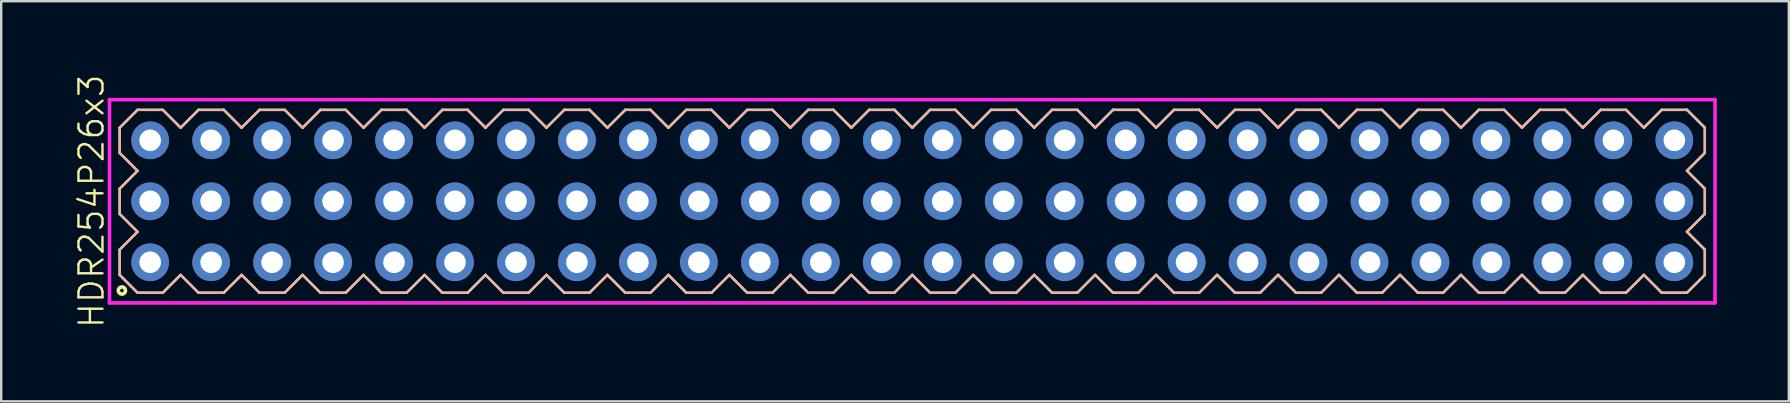
<source format=kicad_pcb>
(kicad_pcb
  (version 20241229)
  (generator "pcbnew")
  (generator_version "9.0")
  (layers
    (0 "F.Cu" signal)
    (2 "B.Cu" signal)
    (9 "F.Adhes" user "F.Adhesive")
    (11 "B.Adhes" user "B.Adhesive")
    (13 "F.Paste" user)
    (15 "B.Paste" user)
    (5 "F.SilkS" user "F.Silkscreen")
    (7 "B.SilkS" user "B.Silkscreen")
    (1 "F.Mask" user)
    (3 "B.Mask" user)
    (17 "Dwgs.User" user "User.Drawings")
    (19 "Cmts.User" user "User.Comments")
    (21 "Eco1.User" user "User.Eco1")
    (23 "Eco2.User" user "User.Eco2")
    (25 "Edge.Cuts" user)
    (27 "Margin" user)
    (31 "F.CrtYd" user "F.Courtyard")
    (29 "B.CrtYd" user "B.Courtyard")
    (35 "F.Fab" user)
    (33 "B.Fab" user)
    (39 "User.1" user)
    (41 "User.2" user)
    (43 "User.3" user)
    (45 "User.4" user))
  (footprint "HDR254P26x3"
    (layer "F.Cu")
    (at 34.956 5.336)
    (property "Reference" "HDR254P26x3" (at -34.195 0 90) (layer "F.SilkS") (effects (font (size 1 1) (thickness 0.1))))
    (attr through_hole)
    (fp_line (start -33.02 -3.066) (end -32.276 -3.81) (stroke (width 0.1) (type solid)) (layer "F.SilkS"))
    (fp_line (start -33.02 -2.014) (end -33.02 -3.066) (stroke (width 0.1) (type solid)) (layer "F.SilkS"))
    (fp_line (start -33.02 -0.526) (end -32.276 -1.27) (stroke (width 0.1) (type solid)) (layer "F.SilkS"))
    (fp_line (start -33.02 0.526) (end -33.02 -0.526) (stroke (width 0.1) (type solid)) (layer "F.SilkS"))
    (fp_line (start -33.02 2.014) (end -32.276 1.27) (stroke (width 0.1) (type solid)) (layer "F.SilkS"))
    (fp_line (start -33.02 3.066) (end -33.02 2.014) (stroke (width 0.1) (type solid)) (layer "F.SilkS"))
    (fp_line (start -32.276 -3.81) (end -31.224 -3.81) (stroke (width 0.1) (type solid)) (layer "F.SilkS"))
    (fp_line (start -32.276 -1.27) (end -33.02 -2.014) (stroke (width 0.1) (type solid)) (layer "F.SilkS"))
    (fp_line (start -32.276 1.27) (end -33.02 0.526) (stroke (width 0.1) (type solid)) (layer "F.SilkS"))
    (fp_line (start -32.276 3.81) (end -33.02 3.066) (stroke (width 0.1) (type solid)) (layer "F.SilkS"))
    (fp_line (start -31.224 -3.81) (end -30.48 -3.066) (stroke (width 0.1) (type solid)) (layer "F.SilkS"))
    (fp_line (start -31.224 3.81) (end -32.276 3.81) (stroke (width 0.1) (type solid)) (layer "F.SilkS"))
    (fp_line (start -30.48 -3.066) (end -29.736 -3.81) (stroke (width 0.1) (type solid)) (layer "F.SilkS"))
    (fp_line (start -30.48 3.066) (end -31.224 3.81) (stroke (width 0.1) (type solid)) (layer "F.SilkS"))
    (fp_line (start -29.736 -3.81) (end -28.684 -3.81) (stroke (width 0.1) (type solid)) (layer "F.SilkS"))
    (fp_line (start -29.736 3.81) (end -30.48 3.066) (stroke (width 0.1) (type solid)) (layer "F.SilkS"))
    (fp_line (start -28.684 -3.81) (end -27.94 -3.066) (stroke (width 0.1) (type solid)) (layer "F.SilkS"))
    (fp_line (start -28.684 3.81) (end -29.736 3.81) (stroke (width 0.1) (type solid)) (layer "F.SilkS"))
    (fp_line (start -27.94 -3.066) (end -27.196 -3.81) (stroke (width 0.1) (type solid)) (layer "F.SilkS"))
    (fp_line (start -27.94 3.066) (end -28.684 3.81) (stroke (width 0.1) (type solid)) (layer "F.SilkS"))
    (fp_line (start -27.196 -3.81) (end -26.144 -3.81) (stroke (width 0.1) (type solid)) (layer "F.SilkS"))
    (fp_line (start -27.196 3.81) (end -27.94 3.066) (stroke (width 0.1) (type solid)) (layer "F.SilkS"))
    (fp_line (start -26.144 -3.81) (end -25.4 -3.066) (stroke (width 0.1) (type solid)) (layer "F.SilkS"))
    (fp_line (start -26.144 3.81) (end -27.196 3.81) (stroke (width 0.1) (type solid)) (layer "F.SilkS"))
    (fp_line (start -25.4 -3.066) (end -24.656 -3.81) (stroke (width 0.1) (type solid)) (layer "F.SilkS"))
    (fp_line (start -25.4 3.066) (end -26.144 3.81) (stroke (width 0.1) (type solid)) (layer "F.SilkS"))
    (fp_line (start -24.656 -3.81) (end -23.604 -3.81) (stroke (width 0.1) (type solid)) (layer "F.SilkS"))
    (fp_line (start -24.656 3.81) (end -25.4 3.066) (stroke (width 0.1) (type solid)) (layer "F.SilkS"))
    (fp_line (start -23.604 -3.81) (end -22.86 -3.066) (stroke (width 0.1) (type solid)) (layer "F.SilkS"))
    (fp_line (start -23.604 3.81) (end -24.656 3.81) (stroke (width 0.1) (type solid)) (layer "F.SilkS"))
    (fp_line (start -22.86 -3.066) (end -22.116 -3.81) (stroke (width 0.1) (type solid)) (layer "F.SilkS"))
    (fp_line (start -22.86 3.066) (end -23.604 3.81) (stroke (width 0.1) (type solid)) (layer "F.SilkS"))
    (fp_line (start -22.116 -3.81) (end -21.064 -3.81) (stroke (width 0.1) (type solid)) (layer "F.SilkS"))
    (fp_line (start -22.116 3.81) (end -22.86 3.066) (stroke (width 0.1) (type solid)) (layer "F.SilkS"))
    (fp_line (start -21.064 -3.81) (end -20.32 -3.066) (stroke (width 0.1) (type solid)) (layer "F.SilkS"))
    (fp_line (start -21.064 3.81) (end -22.116 3.81) (stroke (width 0.1) (type solid)) (layer "F.SilkS"))
    (fp_line (start -20.32 -3.066) (end -19.576 -3.81) (stroke (width 0.1) (type solid)) (layer "F.SilkS"))
    (fp_line (start -20.32 3.066) (end -21.064 3.81) (stroke (width 0.1) (type solid)) (layer "F.SilkS"))
    (fp_line (start -19.576 -3.81) (end -18.524 -3.81) (stroke (width 0.1) (type solid)) (layer "F.SilkS"))
    (fp_line (start -19.576 3.81) (end -20.32 3.066) (stroke (width 0.1) (type solid)) (layer "F.SilkS"))
    (fp_line (start -18.524 -3.81) (end -17.78 -3.066) (stroke (width 0.1) (type solid)) (layer "F.SilkS"))
    (fp_line (start -18.524 3.81) (end -19.576 3.81) (stroke (width 0.1) (type solid)) (layer "F.SilkS"))
    (fp_line (start -17.78 -3.066) (end -17.036 -3.81) (stroke (width 0.1) (type solid)) (layer "F.SilkS"))
    (fp_line (start -17.78 3.066) (end -18.524 3.81) (stroke (width 0.1) (type solid)) (layer "F.SilkS"))
    (fp_line (start -17.036 -3.81) (end -15.984 -3.81) (stroke (width 0.1) (type solid)) (layer "F.SilkS"))
    (fp_line (start -17.036 3.81) (end -17.78 3.066) (stroke (width 0.1) (type solid)) (layer "F.SilkS"))
    (fp_line (start -15.984 -3.81) (end -15.24 -3.066) (stroke (width 0.1) (type solid)) (layer "F.SilkS"))
    (fp_line (start -15.984 3.81) (end -17.036 3.81) (stroke (width 0.1) (type solid)) (layer "F.SilkS"))
    (fp_line (start -15.24 -3.066) (end -14.496 -3.81) (stroke (width 0.1) (type solid)) (layer "F.SilkS"))
    (fp_line (start -15.24 3.066) (end -15.984 3.81) (stroke (width 0.1) (type solid)) (layer "F.SilkS"))
    (fp_line (start -14.496 -3.81) (end -13.444 -3.81) (stroke (width 0.1) (type solid)) (layer "F.SilkS"))
    (fp_line (start -14.496 3.81) (end -15.24 3.066) (stroke (width 0.1) (type solid)) (layer "F.SilkS"))
    (fp_line (start -13.444 -3.81) (end -12.7 -3.066) (stroke (width 0.1) (type solid)) (layer "F.SilkS"))
    (fp_line (start -13.444 3.81) (end -14.496 3.81) (stroke (width 0.1) (type solid)) (layer "F.SilkS"))
    (fp_line (start -12.7 -3.066) (end -11.956 -3.81) (stroke (width 0.1) (type solid)) (layer "F.SilkS"))
    (fp_line (start -12.7 3.066) (end -13.444 3.81) (stroke (width 0.1) (type solid)) (layer "F.SilkS"))
    (fp_line (start -11.956 -3.81) (end -10.904 -3.81) (stroke (width 0.1) (type solid)) (layer "F.SilkS"))
    (fp_line (start -11.956 3.81) (end -12.7 3.066) (stroke (width 0.1) (type solid)) (layer "F.SilkS"))
    (fp_line (start -10.904 -3.81) (end -10.16 -3.066) (stroke (width 0.1) (type solid)) (layer "F.SilkS"))
    (fp_line (start -10.904 3.81) (end -11.956 3.81) (stroke (width 0.1) (type solid)) (layer "F.SilkS"))
    (fp_line (start -10.16 -3.066) (end -9.416 -3.81) (stroke (width 0.1) (type solid)) (layer "F.SilkS"))
    (fp_line (start -10.16 3.066) (end -10.904 3.81) (stroke (width 0.1) (type solid)) (layer "F.SilkS"))
    (fp_line (start -9.416 -3.81) (end -8.364 -3.81) (stroke (width 0.1) (type solid)) (layer "F.SilkS"))
    (fp_line (start -9.416 3.81) (end -10.16 3.066) (stroke (width 0.1) (type solid)) (layer "F.SilkS"))
    (fp_line (start -8.364 -3.81) (end -7.62 -3.066) (stroke (width 0.1) (type solid)) (layer "F.SilkS"))
    (fp_line (start -8.364 3.81) (end -9.416 3.81) (stroke (width 0.1) (type solid)) (layer "F.SilkS"))
    (fp_line (start -7.62 -3.066) (end -6.876 -3.81) (stroke (width 0.1) (type solid)) (layer "F.SilkS"))
    (fp_line (start -7.62 3.066) (end -8.364 3.81) (stroke (width 0.1) (type solid)) (layer "F.SilkS"))
    (fp_line (start -6.876 -3.81) (end -5.824 -3.81) (stroke (width 0.1) (type solid)) (layer "F.SilkS"))
    (fp_line (start -6.876 3.81) (end -7.62 3.066) (stroke (width 0.1) (type solid)) (layer "F.SilkS"))
    (fp_line (start -5.824 -3.81) (end -5.08 -3.066) (stroke (width 0.1) (type solid)) (layer "F.SilkS"))
    (fp_line (start -5.824 3.81) (end -6.876 3.81) (stroke (width 0.1) (type solid)) (layer "F.SilkS"))
    (fp_line (start -5.08 -3.066) (end -4.336 -3.81) (stroke (width 0.1) (type solid)) (layer "F.SilkS"))
    (fp_line (start -5.08 3.066) (end -5.824 3.81) (stroke (width 0.1) (type solid)) (layer "F.SilkS"))
    (fp_line (start -4.336 -3.81) (end -3.284 -3.81) (stroke (width 0.1) (type solid)) (layer "F.SilkS"))
    (fp_line (start -4.336 3.81) (end -5.08 3.066) (stroke (width 0.1) (type solid)) (layer "F.SilkS"))
    (fp_line (start -3.284 -3.81) (end -2.54 -3.066) (stroke (width 0.1) (type solid)) (layer "F.SilkS"))
    (fp_line (start -3.284 3.81) (end -4.336 3.81) (stroke (width 0.1) (type solid)) (layer "F.SilkS"))
    (fp_line (start -2.54 -3.066) (end -1.796 -3.81) (stroke (width 0.1) (type solid)) (layer "F.SilkS"))
    (fp_line (start -2.54 3.066) (end -3.284 3.81) (stroke (width 0.1) (type solid)) (layer "F.SilkS"))
    (fp_line (start -1.796 -3.81) (end -0.744 -3.81) (stroke (width 0.1) (type solid)) (layer "F.SilkS"))
    (fp_line (start -1.796 3.81) (end -2.54 3.066) (stroke (width 0.1) (type solid)) (layer "F.SilkS"))
    (fp_line (start -0.744 -3.81) (end 0 -3.066) (stroke (width 0.1) (type solid)) (layer "F.SilkS"))
    (fp_line (start -0.744 3.81) (end -1.796 3.81) (stroke (width 0.1) (type solid)) (layer "F.SilkS"))
    (fp_line (start 0 -3.066) (end 0.744 -3.81) (stroke (width 0.1) (type solid)) (layer "F.SilkS"))
    (fp_line (start 0 3.066) (end -0.744 3.81) (stroke (width 0.1) (type solid)) (layer "F.SilkS"))
    (fp_line (start 0.744 -3.81) (end 1.796 -3.81) (stroke (width 0.1) (type solid)) (layer "F.SilkS"))
    (fp_line (start 0.744 3.81) (end 0 3.066) (stroke (width 0.1) (type solid)) (layer "F.SilkS"))
    (fp_line (start 1.796 -3.81) (end 2.54 -3.066) (stroke (width 0.1) (type solid)) (layer "F.SilkS"))
    (fp_line (start 1.796 3.81) (end 0.744 3.81) (stroke (width 0.1) (type solid)) (layer "F.SilkS"))
    (fp_line (start 2.54 -3.066) (end 3.284 -3.81) (stroke (width 0.1) (type solid)) (layer "F.SilkS"))
    (fp_line (start 2.54 3.066) (end 1.796 3.81) (stroke (width 0.1) (type solid)) (layer "F.SilkS"))
    (fp_line (start 3.284 -3.81) (end 4.336 -3.81) (stroke (width 0.1) (type solid)) (layer "F.SilkS"))
    (fp_line (start 3.284 3.81) (end 2.54 3.066) (stroke (width 0.1) (type solid)) (layer "F.SilkS"))
    (fp_line (start 4.336 -3.81) (end 5.08 -3.066) (stroke (width 0.1) (type solid)) (layer "F.SilkS"))
    (fp_line (start 4.336 3.81) (end 3.284 3.81) (stroke (width 0.1) (type solid)) (layer "F.SilkS"))
    (fp_line (start 5.08 -3.066) (end 5.824 -3.81) (stroke (width 0.1) (type solid)) (layer "F.SilkS"))
    (fp_line (start 5.08 3.066) (end 4.336 3.81) (stroke (width 0.1) (type solid)) (layer "F.SilkS"))
    (fp_line (start 5.824 -3.81) (end 6.876 -3.81) (stroke (width 0.1) (type solid)) (layer "F.SilkS"))
    (fp_line (start 5.824 3.81) (end 5.08 3.066) (stroke (width 0.1) (type solid)) (layer "F.SilkS"))
    (fp_line (start 6.876 -3.81) (end 7.62 -3.066) (stroke (width 0.1) (type solid)) (layer "F.SilkS"))
    (fp_line (start 6.876 3.81) (end 5.824 3.81) (stroke (width 0.1) (type solid)) (layer "F.SilkS"))
    (fp_line (start 7.62 -3.066) (end 8.364 -3.81) (stroke (width 0.1) (type solid)) (layer "F.SilkS"))
    (fp_line (start 7.62 3.066) (end 6.876 3.81) (stroke (width 0.1) (type solid)) (layer "F.SilkS"))
    (fp_line (start 8.364 -3.81) (end 9.416 -3.81) (stroke (width 0.1) (type solid)) (layer "F.SilkS"))
    (fp_line (start 8.364 3.81) (end 7.62 3.066) (stroke (width 0.1) (type solid)) (layer "F.SilkS"))
    (fp_line (start 9.416 -3.81) (end 10.16 -3.066) (stroke (width 0.1) (type solid)) (layer "F.SilkS"))
    (fp_line (start 9.416 3.81) (end 8.364 3.81) (stroke (width 0.1) (type solid)) (layer "F.SilkS"))
    (fp_line (start 10.16 -3.066) (end 10.904 -3.81) (stroke (width 0.1) (type solid)) (layer "F.SilkS"))
    (fp_line (start 10.16 3.066) (end 9.416 3.81) (stroke (width 0.1) (type solid)) (layer "F.SilkS"))
    (fp_line (start 10.904 -3.81) (end 11.956 -3.81) (stroke (width 0.1) (type solid)) (layer "F.SilkS"))
    (fp_line (start 10.904 3.81) (end 10.16 3.066) (stroke (width 0.1) (type solid)) (layer "F.SilkS"))
    (fp_line (start 11.956 -3.81) (end 12.7 -3.066) (stroke (width 0.1) (type solid)) (layer "F.SilkS"))
    (fp_line (start 11.956 3.81) (end 10.904 3.81) (stroke (width 0.1) (type solid)) (layer "F.SilkS"))
    (fp_line (start 12.7 -3.066) (end 13.444 -3.81) (stroke (width 0.1) (type solid)) (layer "F.SilkS"))
    (fp_line (start 12.7 3.066) (end 11.956 3.81) (stroke (width 0.1) (type solid)) (layer "F.SilkS"))
    (fp_line (start 13.444 -3.81) (end 14.496 -3.81) (stroke (width 0.1) (type solid)) (layer "F.SilkS"))
    (fp_line (start 13.444 3.81) (end 12.7 3.066) (stroke (width 0.1) (type solid)) (layer "F.SilkS"))
    (fp_line (start 14.496 -3.81) (end 15.24 -3.066) (stroke (width 0.1) (type solid)) (layer "F.SilkS"))
    (fp_line (start 14.496 3.81) (end 13.444 3.81) (stroke (width 0.1) (type solid)) (layer "F.SilkS"))
    (fp_line (start 15.24 -3.066) (end 15.984 -3.81) (stroke (width 0.1) (type solid)) (layer "F.SilkS"))
    (fp_line (start 15.24 3.066) (end 14.496 3.81) (stroke (width 0.1) (type solid)) (layer "F.SilkS"))
    (fp_line (start 15.984 -3.81) (end 17.036 -3.81) (stroke (width 0.1) (type solid)) (layer "F.SilkS"))
    (fp_line (start 15.984 3.81) (end 15.24 3.066) (stroke (width 0.1) (type solid)) (layer "F.SilkS"))
    (fp_line (start 17.036 -3.81) (end 17.78 -3.066) (stroke (width 0.1) (type solid)) (layer "F.SilkS"))
    (fp_line (start 17.036 3.81) (end 15.984 3.81) (stroke (width 0.1) (type solid)) (layer "F.SilkS"))
    (fp_line (start 17.78 -3.066) (end 18.524 -3.81) (stroke (width 0.1) (type solid)) (layer "F.SilkS"))
    (fp_line (start 17.78 3.066) (end 17.036 3.81) (stroke (width 0.1) (type solid)) (layer "F.SilkS"))
    (fp_line (start 18.524 -3.81) (end 19.576 -3.81) (stroke (width 0.1) (type solid)) (layer "F.SilkS"))
    (fp_line (start 18.524 3.81) (end 17.78 3.066) (stroke (width 0.1) (type solid)) (layer "F.SilkS"))
    (fp_line (start 19.576 -3.81) (end 20.32 -3.066) (stroke (width 0.1) (type solid)) (layer "F.SilkS"))
    (fp_line (start 19.576 3.81) (end 18.524 3.81) (stroke (width 0.1) (type solid)) (layer "F.SilkS"))
    (fp_line (start 20.32 -3.066) (end 21.064 -3.81) (stroke (width 0.1) (type solid)) (layer "F.SilkS"))
    (fp_line (start 20.32 3.066) (end 19.576 3.81) (stroke (width 0.1) (type solid)) (layer "F.SilkS"))
    (fp_line (start 21.064 -3.81) (end 22.116 -3.81) (stroke (width 0.1) (type solid)) (layer "F.SilkS"))
    (fp_line (start 21.064 3.81) (end 20.32 3.066) (stroke (width 0.1) (type solid)) (layer "F.SilkS"))
    (fp_line (start 22.116 -3.81) (end 22.86 -3.066) (stroke (width 0.1) (type solid)) (layer "F.SilkS"))
    (fp_line (start 22.116 3.81) (end 21.064 3.81) (stroke (width 0.1) (type solid)) (layer "F.SilkS"))
    (fp_line (start 22.86 -3.066) (end 23.604 -3.81) (stroke (width 0.1) (type solid)) (layer "F.SilkS"))
    (fp_line (start 22.86 3.066) (end 22.116 3.81) (stroke (width 0.1) (type solid)) (layer "F.SilkS"))
    (fp_line (start 23.604 -3.81) (end 24.656 -3.81) (stroke (width 0.1) (type solid)) (layer "F.SilkS"))
    (fp_line (start 23.604 3.81) (end 22.86 3.066) (stroke (width 0.1) (type solid)) (layer "F.SilkS"))
    (fp_line (start 24.656 -3.81) (end 25.4 -3.066) (stroke (width 0.1) (type solid)) (layer "F.SilkS"))
    (fp_line (start 24.656 3.81) (end 23.604 3.81) (stroke (width 0.1) (type solid)) (layer "F.SilkS"))
    (fp_line (start 25.4 -3.066) (end 26.144 -3.81) (stroke (width 0.1) (type solid)) (layer "F.SilkS"))
    (fp_line (start 25.4 3.066) (end 24.656 3.81) (stroke (width 0.1) (type solid)) (layer "F.SilkS"))
    (fp_line (start 26.144 -3.81) (end 27.196 -3.81) (stroke (width 0.1) (type solid)) (layer "F.SilkS"))
    (fp_line (start 26.144 3.81) (end 25.4 3.066) (stroke (width 0.1) (type solid)) (layer "F.SilkS"))
    (fp_line (start 27.196 -3.81) (end 27.94 -3.066) (stroke (width 0.1) (type solid)) (layer "F.SilkS"))
    (fp_line (start 27.196 3.81) (end 26.144 3.81) (stroke (width 0.1) (type solid)) (layer "F.SilkS"))
    (fp_line (start 27.94 -3.066) (end 28.684 -3.81) (stroke (width 0.1) (type solid)) (layer "F.SilkS"))
    (fp_line (start 27.94 3.066) (end 27.196 3.81) (stroke (width 0.1) (type solid)) (layer "F.SilkS"))
    (fp_line (start 28.684 -3.81) (end 29.736 -3.81) (stroke (width 0.1) (type solid)) (layer "F.SilkS"))
    (fp_line (start 28.684 3.81) (end 27.94 3.066) (stroke (width 0.1) (type solid)) (layer "F.SilkS"))
    (fp_line (start 29.736 -3.81) (end 30.48 -3.066) (stroke (width 0.1) (type solid)) (layer "F.SilkS"))
    (fp_line (start 29.736 3.81) (end 28.684 3.81) (stroke (width 0.1) (type solid)) (layer "F.SilkS"))
    (fp_line (start 30.48 -3.066) (end 31.224 -3.81) (stroke (width 0.1) (type solid)) (layer "F.SilkS"))
    (fp_line (start 30.48 3.066) (end 29.736 3.81) (stroke (width 0.1) (type solid)) (layer "F.SilkS"))
    (fp_line (start 31.224 -3.81) (end 32.276 -3.81) (stroke (width 0.1) (type solid)) (layer "F.SilkS"))
    (fp_line (start 31.224 3.81) (end 30.48 3.066) (stroke (width 0.1) (type solid)) (layer "F.SilkS"))
    (fp_line (start 32.276 -3.81) (end 33.02 -3.066) (stroke (width 0.1) (type solid)) (layer "F.SilkS"))
    (fp_line (start 32.276 -1.27) (end 33.02 -0.526) (stroke (width 0.1) (type solid)) (layer "F.SilkS"))
    (fp_line (start 32.276 1.27) (end 33.02 2.014) (stroke (width 0.1) (type solid)) (layer "F.SilkS"))
    (fp_line (start 32.276 3.81) (end 31.224 3.81) (stroke (width 0.1) (type solid)) (layer "F.SilkS"))
    (fp_line (start 33.02 -3.066) (end 33.02 -2.014) (stroke (width 0.1) (type solid)) (layer "F.SilkS"))
    (fp_line (start 33.02 -2.014) (end 32.276 -1.27) (stroke (width 0.1) (type solid)) (layer "F.SilkS"))
    (fp_line (start 33.02 -0.526) (end 33.02 0.526) (stroke (width 0.1) (type solid)) (layer "F.SilkS"))
    (fp_line (start 33.02 0.526) (end 32.276 1.27) (stroke (width 0.1) (type solid)) (layer "F.SilkS"))
    (fp_line (start 33.02 2.014) (end 33.02 3.066) (stroke (width 0.1) (type solid)) (layer "F.SilkS"))
    (fp_line (start 33.02 3.066) (end 32.276 3.81) (stroke (width 0.1) (type solid)) (layer "F.SilkS"))
    (fp_circle (center -32.927 3.718) (end -32.777 3.718) (stroke (width 0.15) (type solid)) (fill no) (layer "F.SilkS"))
    (fp_line (start -33.02 -3.066) (end -32.276 -3.81) (stroke (width 0.1) (type solid)) (layer "B.SilkS"))
    (fp_line (start -33.02 -2.014) (end -33.02 -3.066) (stroke (width 0.1) (type solid)) (layer "B.SilkS"))
    (fp_line (start -33.02 -0.526) (end -32.276 -1.27) (stroke (width 0.1) (type solid)) (layer "B.SilkS"))
    (fp_line (start -33.02 0.526) (end -33.02 -0.526) (stroke (width 0.1) (type solid)) (layer "B.SilkS"))
    (fp_line (start -33.02 2.014) (end -32.276 1.27) (stroke (width 0.1) (type solid)) (layer "B.SilkS"))
    (fp_line (start -33.02 3.066) (end -33.02 2.014) (stroke (width 0.1) (type solid)) (layer "B.SilkS"))
    (fp_line (start -32.276 -3.81) (end -31.224 -3.81) (stroke (width 0.1) (type solid)) (layer "B.SilkS"))
    (fp_line (start -32.276 -1.27) (end -33.02 -2.014) (stroke (width 0.1) (type solid)) (layer "B.SilkS"))
    (fp_line (start -32.276 1.27) (end -33.02 0.526) (stroke (width 0.1) (type solid)) (layer "B.SilkS"))
    (fp_line (start -32.276 3.81) (end -33.02 3.066) (stroke (width 0.1) (type solid)) (layer "B.SilkS"))
    (fp_line (start -31.224 -3.81) (end -30.48 -3.066) (stroke (width 0.1) (type solid)) (layer "B.SilkS"))
    (fp_line (start -31.224 3.81) (end -32.276 3.81) (stroke (width 0.1) (type solid)) (layer "B.SilkS"))
    (fp_line (start -30.48 -3.066) (end -29.736 -3.81) (stroke (width 0.1) (type solid)) (layer "B.SilkS"))
    (fp_line (start -30.48 3.066) (end -31.224 3.81) (stroke (width 0.1) (type solid)) (layer "B.SilkS"))
    (fp_line (start -29.736 -3.81) (end -28.684 -3.81) (stroke (width 0.1) (type solid)) (layer "B.SilkS"))
    (fp_line (start -29.736 3.81) (end -30.48 3.066) (stroke (width 0.1) (type solid)) (layer "B.SilkS"))
    (fp_line (start -28.684 -3.81) (end -27.94 -3.066) (stroke (width 0.1) (type solid)) (layer "B.SilkS"))
    (fp_line (start -28.684 3.81) (end -29.736 3.81) (stroke (width 0.1) (type solid)) (layer "B.SilkS"))
    (fp_line (start -27.94 -3.066) (end -27.196 -3.81) (stroke (width 0.1) (type solid)) (layer "B.SilkS"))
    (fp_line (start -27.94 3.066) (end -28.684 3.81) (stroke (width 0.1) (type solid)) (layer "B.SilkS"))
    (fp_line (start -27.196 -3.81) (end -26.144 -3.81) (stroke (width 0.1) (type solid)) (layer "B.SilkS"))
    (fp_line (start -27.196 3.81) (end -27.94 3.066) (stroke (width 0.1) (type solid)) (layer "B.SilkS"))
    (fp_line (start -26.144 -3.81) (end -25.4 -3.066) (stroke (width 0.1) (type solid)) (layer "B.SilkS"))
    (fp_line (start -26.144 3.81) (end -27.196 3.81) (stroke (width 0.1) (type solid)) (layer "B.SilkS"))
    (fp_line (start -25.4 -3.066) (end -24.656 -3.81) (stroke (width 0.1) (type solid)) (layer "B.SilkS"))
    (fp_line (start -25.4 3.066) (end -26.144 3.81) (stroke (width 0.1) (type solid)) (layer "B.SilkS"))
    (fp_line (start -24.656 -3.81) (end -23.604 -3.81) (stroke (width 0.1) (type solid)) (layer "B.SilkS"))
    (fp_line (start -24.656 3.81) (end -25.4 3.066) (stroke (width 0.1) (type solid)) (layer "B.SilkS"))
    (fp_line (start -23.604 -3.81) (end -22.86 -3.066) (stroke (width 0.1) (type solid)) (layer "B.SilkS"))
    (fp_line (start -23.604 3.81) (end -24.656 3.81) (stroke (width 0.1) (type solid)) (layer "B.SilkS"))
    (fp_line (start -22.86 -3.066) (end -22.116 -3.81) (stroke (width 0.1) (type solid)) (layer "B.SilkS"))
    (fp_line (start -22.86 3.066) (end -23.604 3.81) (stroke (width 0.1) (type solid)) (layer "B.SilkS"))
    (fp_line (start -22.116 -3.81) (end -21.064 -3.81) (stroke (width 0.1) (type solid)) (layer "B.SilkS"))
    (fp_line (start -22.116 3.81) (end -22.86 3.066) (stroke (width 0.1) (type solid)) (layer "B.SilkS"))
    (fp_line (start -21.064 -3.81) (end -20.32 -3.066) (stroke (width 0.1) (type solid)) (layer "B.SilkS"))
    (fp_line (start -21.064 3.81) (end -22.116 3.81) (stroke (width 0.1) (type solid)) (layer "B.SilkS"))
    (fp_line (start -20.32 -3.066) (end -19.576 -3.81) (stroke (width 0.1) (type solid)) (layer "B.SilkS"))
    (fp_line (start -20.32 3.066) (end -21.064 3.81) (stroke (width 0.1) (type solid)) (layer "B.SilkS"))
    (fp_line (start -19.576 -3.81) (end -18.524 -3.81) (stroke (width 0.1) (type solid)) (layer "B.SilkS"))
    (fp_line (start -19.576 3.81) (end -20.32 3.066) (stroke (width 0.1) (type solid)) (layer "B.SilkS"))
    (fp_line (start -18.524 -3.81) (end -17.78 -3.066) (stroke (width 0.1) (type solid)) (layer "B.SilkS"))
    (fp_line (start -18.524 3.81) (end -19.576 3.81) (stroke (width 0.1) (type solid)) (layer "B.SilkS"))
    (fp_line (start -17.78 -3.066) (end -17.036 -3.81) (stroke (width 0.1) (type solid)) (layer "B.SilkS"))
    (fp_line (start -17.78 3.066) (end -18.524 3.81) (stroke (width 0.1) (type solid)) (layer "B.SilkS"))
    (fp_line (start -17.036 -3.81) (end -15.984 -3.81) (stroke (width 0.1) (type solid)) (layer "B.SilkS"))
    (fp_line (start -17.036 3.81) (end -17.78 3.066) (stroke (width 0.1) (type solid)) (layer "B.SilkS"))
    (fp_line (start -15.984 -3.81) (end -15.24 -3.066) (stroke (width 0.1) (type solid)) (layer "B.SilkS"))
    (fp_line (start -15.984 3.81) (end -17.036 3.81) (stroke (width 0.1) (type solid)) (layer "B.SilkS"))
    (fp_line (start -15.24 -3.066) (end -14.496 -3.81) (stroke (width 0.1) (type solid)) (layer "B.SilkS"))
    (fp_line (start -15.24 3.066) (end -15.984 3.81) (stroke (width 0.1) (type solid)) (layer "B.SilkS"))
    (fp_line (start -14.496 -3.81) (end -13.444 -3.81) (stroke (width 0.1) (type solid)) (layer "B.SilkS"))
    (fp_line (start -14.496 3.81) (end -15.24 3.066) (stroke (width 0.1) (type solid)) (layer "B.SilkS"))
    (fp_line (start -13.444 -3.81) (end -12.7 -3.066) (stroke (width 0.1) (type solid)) (layer "B.SilkS"))
    (fp_line (start -13.444 3.81) (end -14.496 3.81) (stroke (width 0.1) (type solid)) (layer "B.SilkS"))
    (fp_line (start -12.7 -3.066) (end -11.956 -3.81) (stroke (width 0.1) (type solid)) (layer "B.SilkS"))
    (fp_line (start -12.7 3.066) (end -13.444 3.81) (stroke (width 0.1) (type solid)) (layer "B.SilkS"))
    (fp_line (start -11.956 -3.81) (end -10.904 -3.81) (stroke (width 0.1) (type solid)) (layer "B.SilkS"))
    (fp_line (start -11.956 3.81) (end -12.7 3.066) (stroke (width 0.1) (type solid)) (layer "B.SilkS"))
    (fp_line (start -10.904 -3.81) (end -10.16 -3.066) (stroke (width 0.1) (type solid)) (layer "B.SilkS"))
    (fp_line (start -10.904 3.81) (end -11.956 3.81) (stroke (width 0.1) (type solid)) (layer "B.SilkS"))
    (fp_line (start -10.16 -3.066) (end -9.416 -3.81) (stroke (width 0.1) (type solid)) (layer "B.SilkS"))
    (fp_line (start -10.16 3.066) (end -10.904 3.81) (stroke (width 0.1) (type solid)) (layer "B.SilkS"))
    (fp_line (start -9.416 -3.81) (end -8.364 -3.81) (stroke (width 0.1) (type solid)) (layer "B.SilkS"))
    (fp_line (start -9.416 3.81) (end -10.16 3.066) (stroke (width 0.1) (type solid)) (layer "B.SilkS"))
    (fp_line (start -8.364 -3.81) (end -7.62 -3.066) (stroke (width 0.1) (type solid)) (layer "B.SilkS"))
    (fp_line (start -8.364 3.81) (end -9.416 3.81) (stroke (width 0.1) (type solid)) (layer "B.SilkS"))
    (fp_line (start -7.62 -3.066) (end -6.876 -3.81) (stroke (width 0.1) (type solid)) (layer "B.SilkS"))
    (fp_line (start -7.62 3.066) (end -8.364 3.81) (stroke (width 0.1) (type solid)) (layer "B.SilkS"))
    (fp_line (start -6.876 -3.81) (end -5.824 -3.81) (stroke (width 0.1) (type solid)) (layer "B.SilkS"))
    (fp_line (start -6.876 3.81) (end -7.62 3.066) (stroke (width 0.1) (type solid)) (layer "B.SilkS"))
    (fp_line (start -5.824 -3.81) (end -5.08 -3.066) (stroke (width 0.1) (type solid)) (layer "B.SilkS"))
    (fp_line (start -5.824 3.81) (end -6.876 3.81) (stroke (width 0.1) (type solid)) (layer "B.SilkS"))
    (fp_line (start -5.08 -3.066) (end -4.336 -3.81) (stroke (width 0.1) (type solid)) (layer "B.SilkS"))
    (fp_line (start -5.08 3.066) (end -5.824 3.81) (stroke (width 0.1) (type solid)) (layer "B.SilkS"))
    (fp_line (start -4.336 -3.81) (end -3.284 -3.81) (stroke (width 0.1) (type solid)) (layer "B.SilkS"))
    (fp_line (start -4.336 3.81) (end -5.08 3.066) (stroke (width 0.1) (type solid)) (layer "B.SilkS"))
    (fp_line (start -3.284 -3.81) (end -2.54 -3.066) (stroke (width 0.1) (type solid)) (layer "B.SilkS"))
    (fp_line (start -3.284 3.81) (end -4.336 3.81) (stroke (width 0.1) (type solid)) (layer "B.SilkS"))
    (fp_line (start -2.54 -3.066) (end -1.796 -3.81) (stroke (width 0.1) (type solid)) (layer "B.SilkS"))
    (fp_line (start -2.54 3.066) (end -3.284 3.81) (stroke (width 0.1) (type solid)) (layer "B.SilkS"))
    (fp_line (start -1.796 -3.81) (end -0.744 -3.81) (stroke (width 0.1) (type solid)) (layer "B.SilkS"))
    (fp_line (start -1.796 3.81) (end -2.54 3.066) (stroke (width 0.1) (type solid)) (layer "B.SilkS"))
    (fp_line (start -0.744 -3.81) (end 0 -3.066) (stroke (width 0.1) (type solid)) (layer "B.SilkS"))
    (fp_line (start -0.744 3.81) (end -1.796 3.81) (stroke (width 0.1) (type solid)) (layer "B.SilkS"))
    (fp_line (start 0 -3.066) (end 0.744 -3.81) (stroke (width 0.1) (type solid)) (layer "B.SilkS"))
    (fp_line (start 0 3.066) (end -0.744 3.81) (stroke (width 0.1) (type solid)) (layer "B.SilkS"))
    (fp_line (start 0.744 -3.81) (end 1.796 -3.81) (stroke (width 0.1) (type solid)) (layer "B.SilkS"))
    (fp_line (start 0.744 3.81) (end 0 3.066) (stroke (width 0.1) (type solid)) (layer "B.SilkS"))
    (fp_line (start 1.796 -3.81) (end 2.54 -3.066) (stroke (width 0.1) (type solid)) (layer "B.SilkS"))
    (fp_line (start 1.796 3.81) (end 0.744 3.81) (stroke (width 0.1) (type solid)) (layer "B.SilkS"))
    (fp_line (start 2.54 -3.066) (end 3.284 -3.81) (stroke (width 0.1) (type solid)) (layer "B.SilkS"))
    (fp_line (start 2.54 3.066) (end 1.796 3.81) (stroke (width 0.1) (type solid)) (layer "B.SilkS"))
    (fp_line (start 3.284 -3.81) (end 4.336 -3.81) (stroke (width 0.1) (type solid)) (layer "B.SilkS"))
    (fp_line (start 3.284 3.81) (end 2.54 3.066) (stroke (width 0.1) (type solid)) (layer "B.SilkS"))
    (fp_line (start 4.336 -3.81) (end 5.08 -3.066) (stroke (width 0.1) (type solid)) (layer "B.SilkS"))
    (fp_line (start 4.336 3.81) (end 3.284 3.81) (stroke (width 0.1) (type solid)) (layer "B.SilkS"))
    (fp_line (start 5.08 -3.066) (end 5.824 -3.81) (stroke (width 0.1) (type solid)) (layer "B.SilkS"))
    (fp_line (start 5.08 3.066) (end 4.336 3.81) (stroke (width 0.1) (type solid)) (layer "B.SilkS"))
    (fp_line (start 5.824 -3.81) (end 6.876 -3.81) (stroke (width 0.1) (type solid)) (layer "B.SilkS"))
    (fp_line (start 5.824 3.81) (end 5.08 3.066) (stroke (width 0.1) (type solid)) (layer "B.SilkS"))
    (fp_line (start 6.876 -3.81) (end 7.62 -3.066) (stroke (width 0.1) (type solid)) (layer "B.SilkS"))
    (fp_line (start 6.876 3.81) (end 5.824 3.81) (stroke (width 0.1) (type solid)) (layer "B.SilkS"))
    (fp_line (start 7.62 -3.066) (end 8.364 -3.81) (stroke (width 0.1) (type solid)) (layer "B.SilkS"))
    (fp_line (start 7.62 3.066) (end 6.876 3.81) (stroke (width 0.1) (type solid)) (layer "B.SilkS"))
    (fp_line (start 8.364 -3.81) (end 9.416 -3.81) (stroke (width 0.1) (type solid)) (layer "B.SilkS"))
    (fp_line (start 8.364 3.81) (end 7.62 3.066) (stroke (width 0.1) (type solid)) (layer "B.SilkS"))
    (fp_line (start 9.416 -3.81) (end 10.16 -3.066) (stroke (width 0.1) (type solid)) (layer "B.SilkS"))
    (fp_line (start 9.416 3.81) (end 8.364 3.81) (stroke (width 0.1) (type solid)) (layer "B.SilkS"))
    (fp_line (start 10.16 -3.066) (end 10.904 -3.81) (stroke (width 0.1) (type solid)) (layer "B.SilkS"))
    (fp_line (start 10.16 3.066) (end 9.416 3.81) (stroke (width 0.1) (type solid)) (layer "B.SilkS"))
    (fp_line (start 10.904 -3.81) (end 11.956 -3.81) (stroke (width 0.1) (type solid)) (layer "B.SilkS"))
    (fp_line (start 10.904 3.81) (end 10.16 3.066) (stroke (width 0.1) (type solid)) (layer "B.SilkS"))
    (fp_line (start 11.956 -3.81) (end 12.7 -3.066) (stroke (width 0.1) (type solid)) (layer "B.SilkS"))
    (fp_line (start 11.956 3.81) (end 10.904 3.81) (stroke (width 0.1) (type solid)) (layer "B.SilkS"))
    (fp_line (start 12.7 -3.066) (end 13.444 -3.81) (stroke (width 0.1) (type solid)) (layer "B.SilkS"))
    (fp_line (start 12.7 3.066) (end 11.956 3.81) (stroke (width 0.1) (type solid)) (layer "B.SilkS"))
    (fp_line (start 13.444 -3.81) (end 14.496 -3.81) (stroke (width 0.1) (type solid)) (layer "B.SilkS"))
    (fp_line (start 13.444 3.81) (end 12.7 3.066) (stroke (width 0.1) (type solid)) (layer "B.SilkS"))
    (fp_line (start 14.496 -3.81) (end 15.24 -3.066) (stroke (width 0.1) (type solid)) (layer "B.SilkS"))
    (fp_line (start 14.496 3.81) (end 13.444 3.81) (stroke (width 0.1) (type solid)) (layer "B.SilkS"))
    (fp_line (start 15.24 -3.066) (end 15.984 -3.81) (stroke (width 0.1) (type solid)) (layer "B.SilkS"))
    (fp_line (start 15.24 3.066) (end 14.496 3.81) (stroke (width 0.1) (type solid)) (layer "B.SilkS"))
    (fp_line (start 15.984 -3.81) (end 17.036 -3.81) (stroke (width 0.1) (type solid)) (layer "B.SilkS"))
    (fp_line (start 15.984 3.81) (end 15.24 3.066) (stroke (width 0.1) (type solid)) (layer "B.SilkS"))
    (fp_line (start 17.036 -3.81) (end 17.78 -3.066) (stroke (width 0.1) (type solid)) (layer "B.SilkS"))
    (fp_line (start 17.036 3.81) (end 15.984 3.81) (stroke (width 0.1) (type solid)) (layer "B.SilkS"))
    (fp_line (start 17.78 -3.066) (end 18.524 -3.81) (stroke (width 0.1) (type solid)) (layer "B.SilkS"))
    (fp_line (start 17.78 3.066) (end 17.036 3.81) (stroke (width 0.1) (type solid)) (layer "B.SilkS"))
    (fp_line (start 18.524 -3.81) (end 19.576 -3.81) (stroke (width 0.1) (type solid)) (layer "B.SilkS"))
    (fp_line (start 18.524 3.81) (end 17.78 3.066) (stroke (width 0.1) (type solid)) (layer "B.SilkS"))
    (fp_line (start 19.576 -3.81) (end 20.32 -3.066) (stroke (width 0.1) (type solid)) (layer "B.SilkS"))
    (fp_line (start 19.576 3.81) (end 18.524 3.81) (stroke (width 0.1) (type solid)) (layer "B.SilkS"))
    (fp_line (start 20.32 -3.066) (end 21.064 -3.81) (stroke (width 0.1) (type solid)) (layer "B.SilkS"))
    (fp_line (start 20.32 3.066) (end 19.576 3.81) (stroke (width 0.1) (type solid)) (layer "B.SilkS"))
    (fp_line (start 21.064 -3.81) (end 22.116 -3.81) (stroke (width 0.1) (type solid)) (layer "B.SilkS"))
    (fp_line (start 21.064 3.81) (end 20.32 3.066) (stroke (width 0.1) (type solid)) (layer "B.SilkS"))
    (fp_line (start 22.116 -3.81) (end 22.86 -3.066) (stroke (width 0.1) (type solid)) (layer "B.SilkS"))
    (fp_line (start 22.116 3.81) (end 21.064 3.81) (stroke (width 0.1) (type solid)) (layer "B.SilkS"))
    (fp_line (start 22.86 -3.066) (end 23.604 -3.81) (stroke (width 0.1) (type solid)) (layer "B.SilkS"))
    (fp_line (start 22.86 3.066) (end 22.116 3.81) (stroke (width 0.1) (type solid)) (layer "B.SilkS"))
    (fp_line (start 23.604 -3.81) (end 24.656 -3.81) (stroke (width 0.1) (type solid)) (layer "B.SilkS"))
    (fp_line (start 23.604 3.81) (end 22.86 3.066) (stroke (width 0.1) (type solid)) (layer "B.SilkS"))
    (fp_line (start 24.656 -3.81) (end 25.4 -3.066) (stroke (width 0.1) (type solid)) (layer "B.SilkS"))
    (fp_line (start 24.656 3.81) (end 23.604 3.81) (stroke (width 0.1) (type solid)) (layer "B.SilkS"))
    (fp_line (start 25.4 -3.066) (end 26.144 -3.81) (stroke (width 0.1) (type solid)) (layer "B.SilkS"))
    (fp_line (start 25.4 3.066) (end 24.656 3.81) (stroke (width 0.1) (type solid)) (layer "B.SilkS"))
    (fp_line (start 26.144 -3.81) (end 27.196 -3.81) (stroke (width 0.1) (type solid)) (layer "B.SilkS"))
    (fp_line (start 26.144 3.81) (end 25.4 3.066) (stroke (width 0.1) (type solid)) (layer "B.SilkS"))
    (fp_line (start 27.196 -3.81) (end 27.94 -3.066) (stroke (width 0.1) (type solid)) (layer "B.SilkS"))
    (fp_line (start 27.196 3.81) (end 26.144 3.81) (stroke (width 0.1) (type solid)) (layer "B.SilkS"))
    (fp_line (start 27.94 -3.066) (end 28.684 -3.81) (stroke (width 0.1) (type solid)) (layer "B.SilkS"))
    (fp_line (start 27.94 3.066) (end 27.196 3.81) (stroke (width 0.1) (type solid)) (layer "B.SilkS"))
    (fp_line (start 28.684 -3.81) (end 29.736 -3.81) (stroke (width 0.1) (type solid)) (layer "B.SilkS"))
    (fp_line (start 28.684 3.81) (end 27.94 3.066) (stroke (width 0.1) (type solid)) (layer "B.SilkS"))
    (fp_line (start 29.736 -3.81) (end 30.48 -3.066) (stroke (width 0.1) (type solid)) (layer "B.SilkS"))
    (fp_line (start 29.736 3.81) (end 28.684 3.81) (stroke (width 0.1) (type solid)) (layer "B.SilkS"))
    (fp_line (start 30.48 -3.066) (end 31.224 -3.81) (stroke (width 0.1) (type solid)) (layer "B.SilkS"))
    (fp_line (start 30.48 3.066) (end 29.736 3.81) (stroke (width 0.1) (type solid)) (layer "B.SilkS"))
    (fp_line (start 31.224 -3.81) (end 32.276 -3.81) (stroke (width 0.1) (type solid)) (layer "B.SilkS"))
    (fp_line (start 31.224 3.81) (end 30.48 3.066) (stroke (width 0.1) (type solid)) (layer "B.SilkS"))
    (fp_line (start 32.276 -3.81) (end 33.02 -3.066) (stroke (width 0.1) (type solid)) (layer "B.SilkS"))
    (fp_line (start 32.276 -1.27) (end 33.02 -0.526) (stroke (width 0.1) (type solid)) (layer "B.SilkS"))
    (fp_line (start 32.276 1.27) (end 33.02 2.014) (stroke (width 0.1) (type solid)) (layer "B.SilkS"))
    (fp_line (start 32.276 3.81) (end 31.224 3.81) (stroke (width 0.1) (type solid)) (layer "B.SilkS"))
    (fp_line (start 33.02 -3.066) (end 33.02 -2.014) (stroke (width 0.1) (type solid)) (layer "B.SilkS"))
    (fp_line (start 33.02 -2.014) (end 32.276 -1.27) (stroke (width 0.1) (type solid)) (layer "B.SilkS"))
    (fp_line (start 33.02 -0.526) (end 33.02 0.526) (stroke (width 0.1) (type solid)) (layer "B.SilkS"))
    (fp_line (start 33.02 0.526) (end 32.276 1.27) (stroke (width 0.1) (type solid)) (layer "B.SilkS"))
    (fp_line (start 33.02 2.014) (end 33.02 3.066) (stroke (width 0.1) (type solid)) (layer "B.SilkS"))
    (fp_line (start 33.02 3.066) (end 32.276 3.81) (stroke (width 0.1) (type solid)) (layer "B.SilkS"))
    (fp_line (start -33.445 -4.235) (end -33.445 4.235) (stroke (width 0.15) (type solid)) (layer "F.CrtYd"))
    (fp_line (start -33.445 4.235) (end 33.445 4.235) (stroke (width 0.15) (type solid)) (layer "F.CrtYd"))
    (fp_line (start 33.445 -4.235) (end -33.445 -4.235) (stroke (width 0.15) (type solid)) (layer "F.CrtYd"))
    (fp_line (start 33.445 4.235) (end 33.445 -4.235) (stroke (width 0.15) (type solid)) (layer "F.CrtYd"))
    (pad "1" thru_hole oval (at -31.75 2.54) (size 1.57 1.57) (drill 0.9) (layers "*.Cu" "*.Mask"))
    (pad "2" thru_hole oval (at -31.75 0) (size 1.57 1.57) (drill 0.9) (layers "*.Cu" "*.Mask"))
    (pad "3" thru_hole oval (at -31.75 -2.54) (size 1.57 1.57) (drill 0.9) (layers "*.Cu" "*.Mask"))
    (pad "4" thru_hole oval (at -29.21 2.54) (size 1.57 1.57) (drill 0.9) (layers "*.Cu" "*.Mask"))
    (pad "5" thru_hole oval (at -29.21 0) (size 1.57 1.57) (drill 0.9) (layers "*.Cu" "*.Mask"))
    (pad "6" thru_hole oval (at -29.21 -2.54) (size 1.57 1.57) (drill 0.9) (layers "*.Cu" "*.Mask"))
    (pad "7" thru_hole oval (at -26.67 2.54) (size 1.57 1.57) (drill 0.9) (layers "*.Cu" "*.Mask"))
    (pad "8" thru_hole oval (at -26.67 0) (size 1.57 1.57) (drill 0.9) (layers "*.Cu" "*.Mask"))
    (pad "9" thru_hole oval (at -26.67 -2.54) (size 1.57 1.57) (drill 0.9) (layers "*.Cu" "*.Mask"))
    (pad "10" thru_hole oval (at -24.13 2.54) (size 1.57 1.57) (drill 0.9) (layers "*.Cu" "*.Mask"))
    (pad "11" thru_hole oval (at -24.13 0) (size 1.57 1.57) (drill 0.9) (layers "*.Cu" "*.Mask"))
    (pad "12" thru_hole oval (at -24.13 -2.54) (size 1.57 1.57) (drill 0.9) (layers "*.Cu" "*.Mask"))
    (pad "13" thru_hole oval (at -21.59 2.54) (size 1.57 1.57) (drill 0.9) (layers "*.Cu" "*.Mask"))
    (pad "14" thru_hole oval (at -21.59 0) (size 1.57 1.57) (drill 0.9) (layers "*.Cu" "*.Mask"))
    (pad "15" thru_hole oval (at -21.59 -2.54) (size 1.57 1.57) (drill 0.9) (layers "*.Cu" "*.Mask"))
    (pad "16" thru_hole oval (at -19.05 2.54) (size 1.57 1.57) (drill 0.9) (layers "*.Cu" "*.Mask"))
    (pad "17" thru_hole oval (at -19.05 0) (size 1.57 1.57) (drill 0.9) (layers "*.Cu" "*.Mask"))
    (pad "18" thru_hole oval (at -19.05 -2.54) (size 1.57 1.57) (drill 0.9) (layers "*.Cu" "*.Mask"))
    (pad "19" thru_hole oval (at -16.51 2.54) (size 1.57 1.57) (drill 0.9) (layers "*.Cu" "*.Mask"))
    (pad "20" thru_hole oval (at -16.51 0) (size 1.57 1.57) (drill 0.9) (layers "*.Cu" "*.Mask"))
    (pad "21" thru_hole oval (at -16.51 -2.54) (size 1.57 1.57) (drill 0.9) (layers "*.Cu" "*.Mask"))
    (pad "22" thru_hole oval (at -13.97 2.54) (size 1.57 1.57) (drill 0.9) (layers "*.Cu" "*.Mask"))
    (pad "23" thru_hole oval (at -13.97 0) (size 1.57 1.57) (drill 0.9) (layers "*.Cu" "*.Mask"))
    (pad "24" thru_hole oval (at -13.97 -2.54) (size 1.57 1.57) (drill 0.9) (layers "*.Cu" "*.Mask"))
    (pad "25" thru_hole oval (at -11.43 2.54) (size 1.57 1.57) (drill 0.9) (layers "*.Cu" "*.Mask"))
    (pad "26" thru_hole oval (at -11.43 0) (size 1.57 1.57) (drill 0.9) (layers "*.Cu" "*.Mask"))
    (pad "27" thru_hole oval (at -11.43 -2.54) (size 1.57 1.57) (drill 0.9) (layers "*.Cu" "*.Mask"))
    (pad "28" thru_hole oval (at -8.89 2.54) (size 1.57 1.57) (drill 0.9) (layers "*.Cu" "*.Mask"))
    (pad "29" thru_hole oval (at -8.89 0) (size 1.57 1.57) (drill 0.9) (layers "*.Cu" "*.Mask"))
    (pad "30" thru_hole oval (at -8.89 -2.54) (size 1.57 1.57) (drill 0.9) (layers "*.Cu" "*.Mask"))
    (pad "31" thru_hole oval (at -6.35 2.54) (size 1.57 1.57) (drill 0.9) (layers "*.Cu" "*.Mask"))
    (pad "32" thru_hole oval (at -6.35 0) (size 1.57 1.57) (drill 0.9) (layers "*.Cu" "*.Mask"))
    (pad "33" thru_hole oval (at -6.35 -2.54) (size 1.57 1.57) (drill 0.9) (layers "*.Cu" "*.Mask"))
    (pad "34" thru_hole oval (at -3.81 2.54) (size 1.57 1.57) (drill 0.9) (layers "*.Cu" "*.Mask"))
    (pad "35" thru_hole oval (at -3.81 0) (size 1.57 1.57) (drill 0.9) (layers "*.Cu" "*.Mask"))
    (pad "36" thru_hole oval (at -3.81 -2.54) (size 1.57 1.57) (drill 0.9) (layers "*.Cu" "*.Mask"))
    (pad "37" thru_hole oval (at -1.27 2.54) (size 1.57 1.57) (drill 0.9) (layers "*.Cu" "*.Mask"))
    (pad "38" thru_hole oval (at -1.27 0) (size 1.57 1.57) (drill 0.9) (layers "*.Cu" "*.Mask"))
    (pad "39" thru_hole oval (at -1.27 -2.54) (size 1.57 1.57) (drill 0.9) (layers "*.Cu" "*.Mask"))
    (pad "40" thru_hole oval (at 1.27 2.54) (size 1.57 1.57) (drill 0.9) (layers "*.Cu" "*.Mask"))
    (pad "41" thru_hole oval (at 1.27 0) (size 1.57 1.57) (drill 0.9) (layers "*.Cu" "*.Mask"))
    (pad "42" thru_hole oval (at 1.27 -2.54) (size 1.57 1.57) (drill 0.9) (layers "*.Cu" "*.Mask"))
    (pad "43" thru_hole oval (at 3.81 2.54) (size 1.57 1.57) (drill 0.9) (layers "*.Cu" "*.Mask"))
    (pad "44" thru_hole oval (at 3.81 0) (size 1.57 1.57) (drill 0.9) (layers "*.Cu" "*.Mask"))
    (pad "45" thru_hole oval (at 3.81 -2.54) (size 1.57 1.57) (drill 0.9) (layers "*.Cu" "*.Mask"))
    (pad "46" thru_hole oval (at 6.35 2.54) (size 1.57 1.57) (drill 0.9) (layers "*.Cu" "*.Mask"))
    (pad "47" thru_hole oval (at 6.35 0) (size 1.57 1.57) (drill 0.9) (layers "*.Cu" "*.Mask"))
    (pad "48" thru_hole oval (at 6.35 -2.54) (size 1.57 1.57) (drill 0.9) (layers "*.Cu" "*.Mask"))
    (pad "49" thru_hole oval (at 8.89 2.54) (size 1.57 1.57) (drill 0.9) (layers "*.Cu" "*.Mask"))
    (pad "50" thru_hole oval (at 8.89 0) (size 1.57 1.57) (drill 0.9) (layers "*.Cu" "*.Mask"))
    (pad "51" thru_hole oval (at 8.89 -2.54) (size 1.57 1.57) (drill 0.9) (layers "*.Cu" "*.Mask"))
    (pad "52" thru_hole oval (at 11.43 2.54) (size 1.57 1.57) (drill 0.9) (layers "*.Cu" "*.Mask"))
    (pad "53" thru_hole oval (at 11.43 0) (size 1.57 1.57) (drill 0.9) (layers "*.Cu" "*.Mask"))
    (pad "54" thru_hole oval (at 11.43 -2.54) (size 1.57 1.57) (drill 0.9) (layers "*.Cu" "*.Mask"))
    (pad "55" thru_hole oval (at 13.97 2.54) (size 1.57 1.57) (drill 0.9) (layers "*.Cu" "*.Mask"))
    (pad "56" thru_hole oval (at 13.97 0) (size 1.57 1.57) (drill 0.9) (layers "*.Cu" "*.Mask"))
    (pad "57" thru_hole oval (at 13.97 -2.54) (size 1.57 1.57) (drill 0.9) (layers "*.Cu" "*.Mask"))
    (pad "58" thru_hole oval (at 16.51 2.54) (size 1.57 1.57) (drill 0.9) (layers "*.Cu" "*.Mask"))
    (pad "59" thru_hole oval (at 16.51 0) (size 1.57 1.57) (drill 0.9) (layers "*.Cu" "*.Mask"))
    (pad "60" thru_hole oval (at 16.51 -2.54) (size 1.57 1.57) (drill 0.9) (layers "*.Cu" "*.Mask"))
    (pad "61" thru_hole oval (at 19.05 2.54) (size 1.57 1.57) (drill 0.9) (layers "*.Cu" "*.Mask"))
    (pad "62" thru_hole oval (at 19.05 0) (size 1.57 1.57) (drill 0.9) (layers "*.Cu" "*.Mask"))
    (pad "63" thru_hole oval (at 19.05 -2.54) (size 1.57 1.57) (drill 0.9) (layers "*.Cu" "*.Mask"))
    (pad "64" thru_hole oval (at 21.59 2.54) (size 1.57 1.57) (drill 0.9) (layers "*.Cu" "*.Mask"))
    (pad "65" thru_hole oval (at 21.59 0) (size 1.57 1.57) (drill 0.9) (layers "*.Cu" "*.Mask"))
    (pad "66" thru_hole oval (at 21.59 -2.54) (size 1.57 1.57) (drill 0.9) (layers "*.Cu" "*.Mask"))
    (pad "67" thru_hole oval (at 24.13 2.54) (size 1.57 1.57) (drill 0.9) (layers "*.Cu" "*.Mask"))
    (pad "68" thru_hole oval (at 24.13 0) (size 1.57 1.57) (drill 0.9) (layers "*.Cu" "*.Mask"))
    (pad "69" thru_hole oval (at 24.13 -2.54) (size 1.57 1.57) (drill 0.9) (layers "*.Cu" "*.Mask"))
    (pad "70" thru_hole oval (at 26.67 2.54) (size 1.57 1.57) (drill 0.9) (layers "*.Cu" "*.Mask"))
    (pad "71" thru_hole oval (at 26.67 0) (size 1.57 1.57) (drill 0.9) (layers "*.Cu" "*.Mask"))
    (pad "72" thru_hole oval (at 26.67 -2.54) (size 1.57 1.57) (drill 0.9) (layers "*.Cu" "*.Mask"))
    (pad "73" thru_hole oval (at 29.21 2.54) (size 1.57 1.57) (drill 0.9) (layers "*.Cu" "*.Mask"))
    (pad "74" thru_hole oval (at 29.21 0) (size 1.57 1.57) (drill 0.9) (layers "*.Cu" "*.Mask"))
    (pad "75" thru_hole oval (at 29.21 -2.54) (size 1.57 1.57) (drill 0.9) (layers "*.Cu" "*.Mask"))
    (pad "76" thru_hole oval (at 31.75 2.54) (size 1.57 1.57) (drill 0.9) (layers "*.Cu" "*.Mask"))
    (pad "77" thru_hole oval (at 31.75 0) (size 1.57 1.57) (drill 0.9) (layers "*.Cu" "*.Mask"))
    (pad "78" thru_hole oval (at 31.75 -2.54) (size 1.57 1.57) (drill 0.9) (layers "*.Cu" "*.Mask")))
  (gr_rect
    (start -3 -3)
    (end 71.475 13.671)
    (stroke (width 0.1) (type default))
    (fill no)
    (layer "Edge.Cuts")))
</source>
